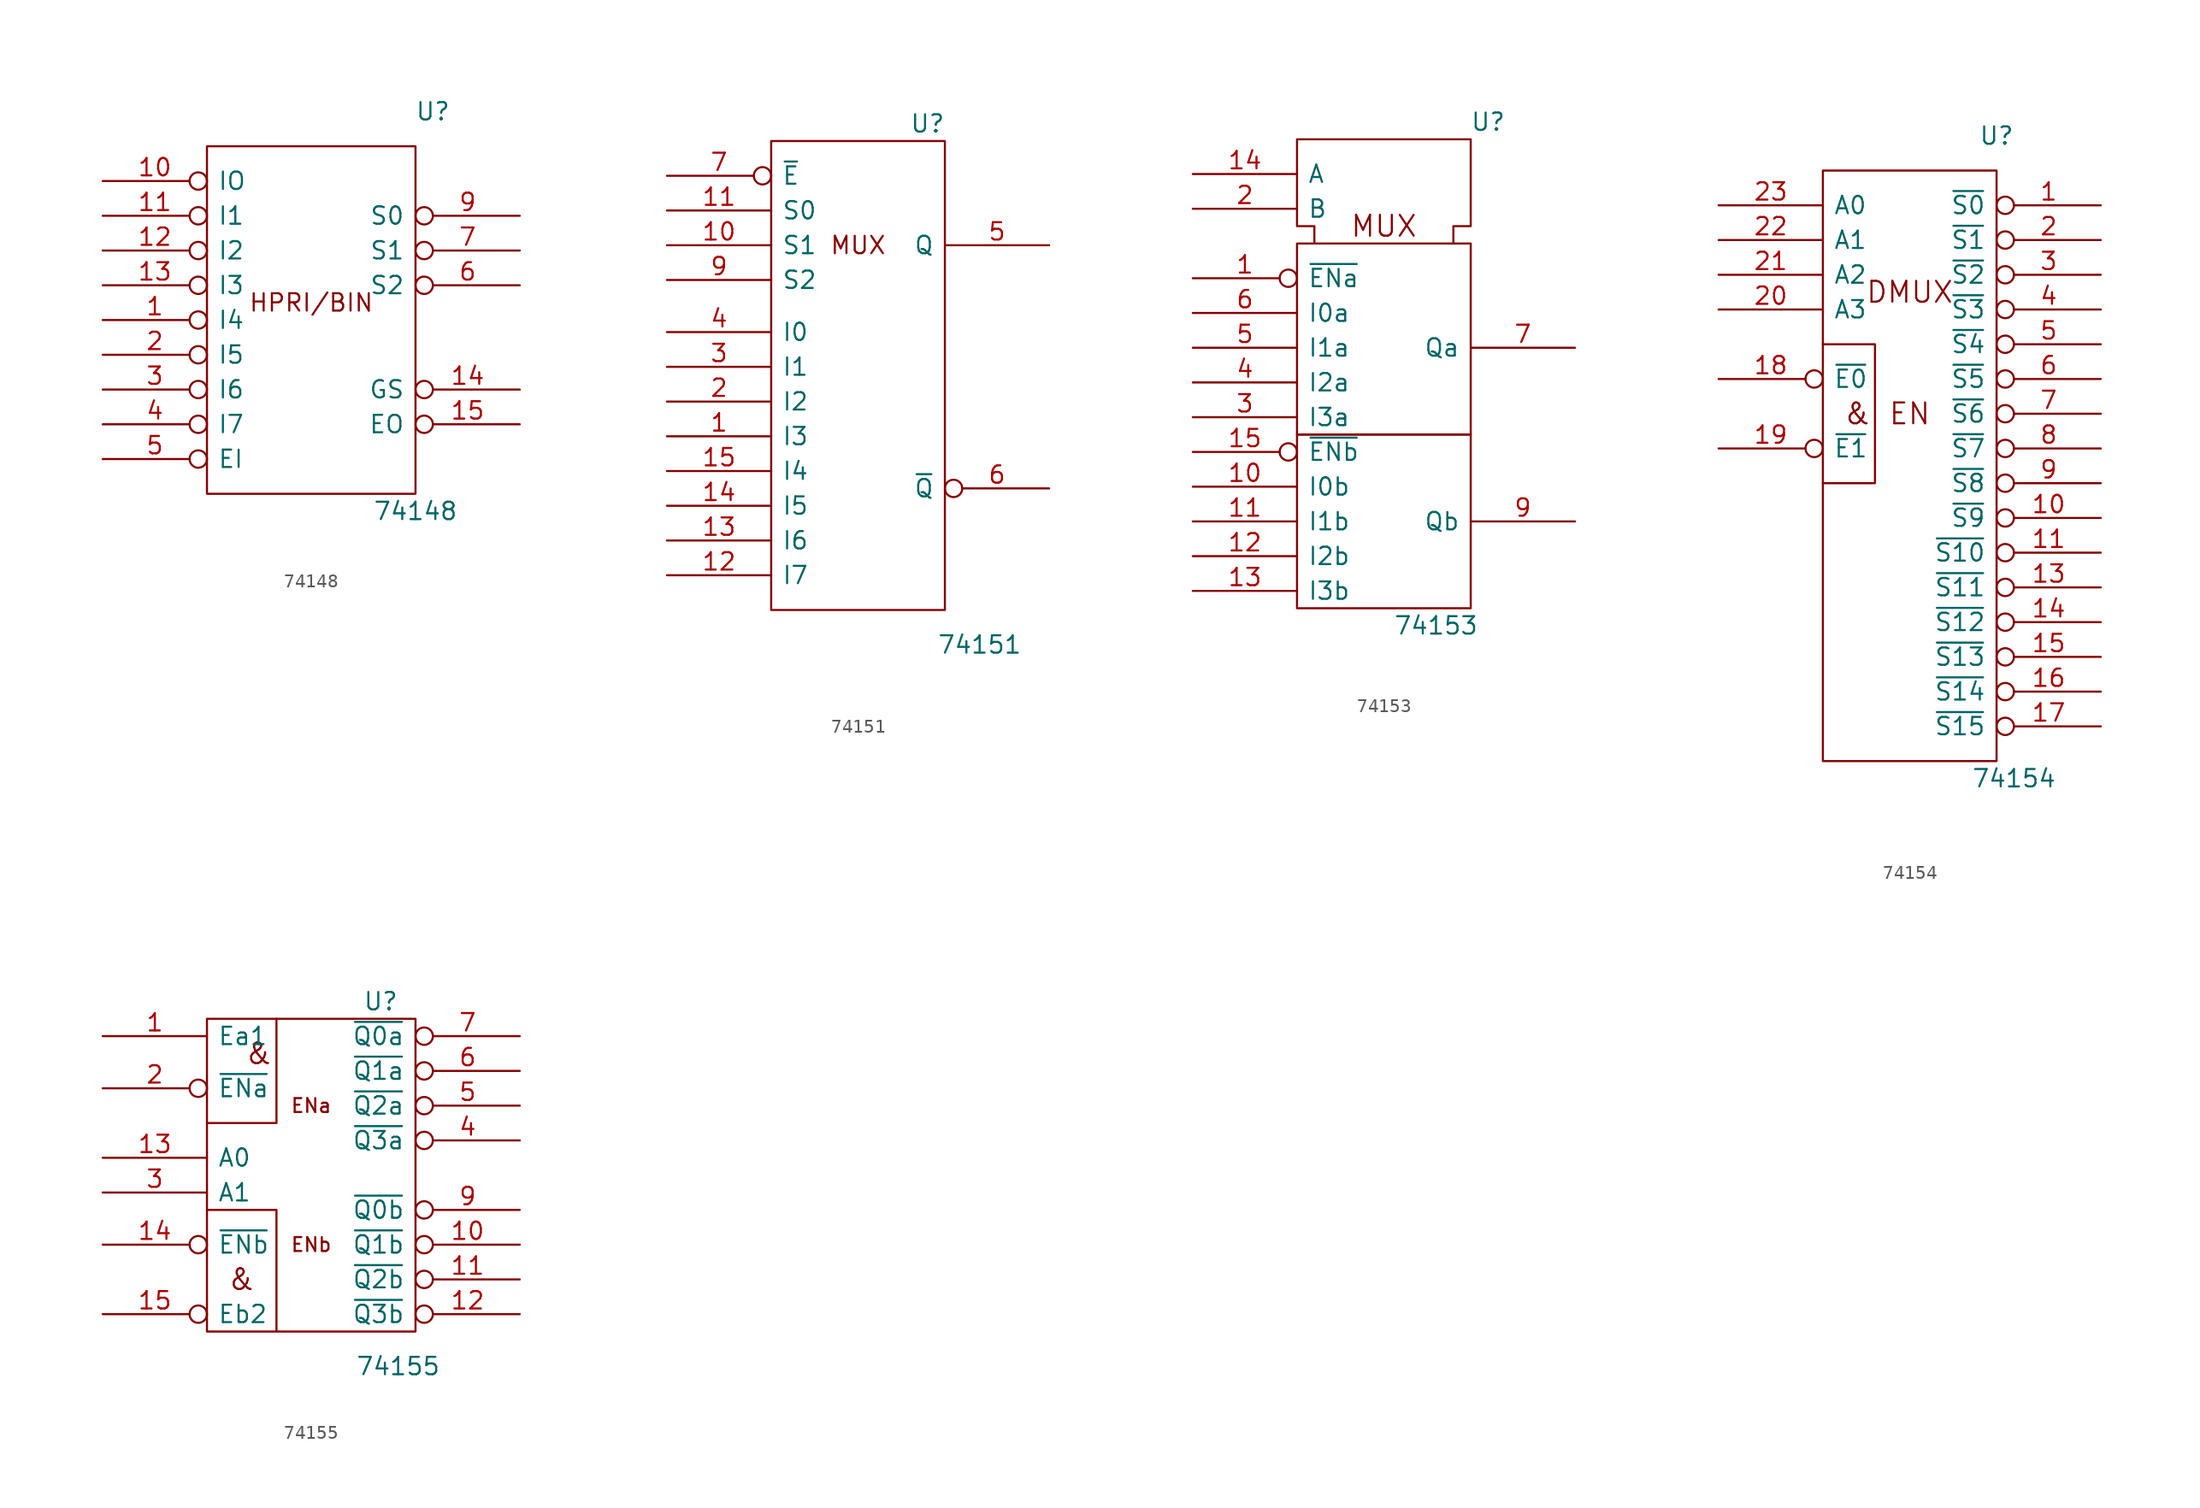
<source format=kicad_sym>
(kicad_symbol_lib
  (version 20231120)
  (generator "kicad_symbol_editor")
  (generator_version "8.0")
  (symbol "74148"
    (pin_names
      (offset 0.762))
    (property "Reference" "U"
      (at 8.89 15.24 0)
      (effects (font (size 1.27 1.27))))
    (property "Value" "74148"
      (at 7.62 -13.97 0)
      (effects (font (size 1.27 1.27))))
    (symbol "74148_0_0"
      (rectangle (start -7.62 12.7) (end 7.62 -12.7) (stroke (width 0) (type default)) (fill (type none)))
      (text "HPRI/BIN" (at 0 1.27 0) (effects (font (size 1.27 1.27))))
      (pin power_in line (at 0 12.7 270) (length 0) hide (name "VCC" (effects (font (size 1.27 1.27)))) (number "16" (effects (font (size 1.27 1.27)))))
      (pin power_in line (at 0 -12.7 90) (length 0) hide (name "GND" (effects (font (size 1.27 1.27)))) (number "8" (effects (font (size 1.27 1.27))))))
    (symbol "74148_1_1"
      (pin input inverted (at -15.24 0 0) (length 7.62) (name "I4" (effects (font (size 1.27 1.27)))) (number "1" (effects (font (size 1.27 1.27)))))
      (pin input inverted (at -15.24 10.16 0) (length 7.62) (name "IO" (effects (font (size 1.27 1.27)))) (number "10" (effects (font (size 1.27 1.27)))))
      (pin input inverted (at -15.24 7.62 0) (length 7.62) (name "I1" (effects (font (size 1.27 1.27)))) (number "11" (effects (font (size 1.27 1.27)))))
      (pin input inverted (at -15.24 5.08 0) (length 7.62) (name "I2" (effects (font (size 1.27 1.27)))) (number "12" (effects (font (size 1.27 1.27)))))
      (pin input inverted (at -15.24 2.54 0) (length 7.62) (name "I3" (effects (font (size 1.27 1.27)))) (number "13" (effects (font (size 1.27 1.27)))))
      (pin output inverted (at 15.24 -5.08 180) (length 7.62) (name "GS" (effects (font (size 1.27 1.27)))) (number "14" (effects (font (size 1.27 1.27)))))
      (pin output inverted (at 15.24 -7.62 180) (length 7.62) (name "EO" (effects (font (size 1.27 1.27)))) (number "15" (effects (font (size 1.27 1.27)))))
      (pin input inverted (at -15.24 -2.54 0) (length 7.62) (name "I5" (effects (font (size 1.27 1.27)))) (number "2" (effects (font (size 1.27 1.27)))))
      (pin input inverted (at -15.24 -5.08 0) (length 7.62) (name "I6" (effects (font (size 1.27 1.27)))) (number "3" (effects (font (size 1.27 1.27)))))
      (pin input inverted (at -15.24 -7.62 0) (length 7.62) (name "I7" (effects (font (size 1.27 1.27)))) (number "4" (effects (font (size 1.27 1.27)))))
      (pin input inverted (at -15.24 -10.16 0) (length 7.62) (name "EI" (effects (font (size 1.27 1.27)))) (number "5" (effects (font (size 1.27 1.27)))))
      (pin output inverted (at 15.24 2.54 180) (length 7.62) (name "S2" (effects (font (size 1.27 1.27)))) (number "6" (effects (font (size 1.27 1.27)))))
      (pin output inverted (at 15.24 5.08 180) (length 7.62) (name "S1" (effects (font (size 1.27 1.27)))) (number "7" (effects (font (size 1.27 1.27)))))
      (pin output inverted (at 15.24 7.62 180) (length 7.62) (name "S0" (effects (font (size 1.27 1.27)))) (number "9" (effects (font (size 1.27 1.27)))))))
  (symbol "74151"
    (pin_names
      (offset 0.762))
    (property "Reference" "U"
      (at 5.08 17.78 0)
      (effects (font (size 1.27 1.27))))
    (property "Value" "74151"
      (at 8.89 -20.32 0)
      (effects (font (size 1.27 1.27))))
    (symbol "74151_0_0"
      (rectangle (start -6.35 16.51) (end 6.35 -17.78) (stroke (width 0) (type default)) (fill (type none)))
      (text "MUX" (at 0 8.89 0) (effects (font (size 1.27 1.27))))
      (pin power_in line (at 0 16.51 270) (length 0) hide (name "VCC" (effects (font (size 1.27 1.27)))) (number "16" (effects (font (size 1.27 1.27)))))
      (pin power_in line (at 0 -17.78 90) (length 0) hide (name "GND" (effects (font (size 1.27 1.27)))) (number "8" (effects (font (size 1.27 1.27))))))
    (symbol "74151_1_1"
      (pin input line (at -13.97 -5.08 0) (length 7.62) (name "I3" (effects (font (size 1.27 1.27)))) (number "1" (effects (font (size 1.27 1.27)))))
      (pin input line (at -13.97 8.89 0) (length 7.62) (name "S1" (effects (font (size 1.27 1.27)))) (number "10" (effects (font (size 1.27 1.27)))))
      (pin input line (at -13.97 11.43 0) (length 7.62) (name "S0" (effects (font (size 1.27 1.27)))) (number "11" (effects (font (size 1.27 1.27)))))
      (pin input line (at -13.97 -15.24 0) (length 7.62) (name "I7" (effects (font (size 1.27 1.27)))) (number "12" (effects (font (size 1.27 1.27)))))
      (pin input line (at -13.97 -12.7 0) (length 7.62) (name "I6" (effects (font (size 1.27 1.27)))) (number "13" (effects (font (size 1.27 1.27)))))
      (pin input line (at -13.97 -10.16 0) (length 7.62) (name "I5" (effects (font (size 1.27 1.27)))) (number "14" (effects (font (size 1.27 1.27)))))
      (pin input line (at -13.97 -7.62 0) (length 7.62) (name "I4" (effects (font (size 1.27 1.27)))) (number "15" (effects (font (size 1.27 1.27)))))
      (pin input line (at -13.97 -2.54 0) (length 7.62) (name "I2" (effects (font (size 1.27 1.27)))) (number "2" (effects (font (size 1.27 1.27)))))
      (pin input line (at -13.97 0 0) (length 7.62) (name "I1" (effects (font (size 1.27 1.27)))) (number "3" (effects (font (size 1.27 1.27)))))
      (pin input line (at -13.97 2.54 0) (length 7.62) (name "I0" (effects (font (size 1.27 1.27)))) (number "4" (effects (font (size 1.27 1.27)))))
      (pin output line (at 13.97 8.89 180) (length 7.62) (name "Q" (effects (font (size 1.27 1.27)))) (number "5" (effects (font (size 1.27 1.27)))))
      (pin output inverted (at 13.97 -8.89 180) (length 7.62) (name "~{Q}" (effects (font (size 1.27 1.27)))) (number "6" (effects (font (size 1.27 1.27)))))
      (pin input inverted (at -13.97 13.97 0) (length 7.62) (name "~{E}" (effects (font (size 1.27 1.27)))) (number "7" (effects (font (size 1.27 1.27)))))
      (pin input line (at -13.97 6.35 0) (length 7.62) (name "S2" (effects (font (size 1.27 1.27)))) (number "9" (effects (font (size 1.27 1.27)))))))
  (symbol "74153"
    (pin_names
      (offset 0.762))
    (property "Reference" "U"
      (at 7.62 20.32 0)
      (effects (font (size 1.27 1.27))))
    (property "Value" "74153"
      (at 3.81 -16.51 0)
      (effects (font (size 1.27 1.27))))
    (symbol "74153_0_0"
      (rectangle (start -6.35 -2.54) (end 6.35 -15.24) (stroke (width 0) (type default)) (fill (type none)))
      (rectangle (start -6.35 11.43) (end 6.35 -2.54) (stroke (width 0) (type default)) (fill (type none)))
      (polyline (pts (xy -5.08 11.43) (xy -5.08 12.7) (xy -6.35 12.7) (xy -6.35 19.05) (xy 6.35 19.05) (xy 6.35 12.7) (xy 5.08 12.7) (xy 5.08 11.43) (xy 5.08 11.43)) (stroke (width 0) (type default)) (fill (type none)))
      (text "MUX" (at 0 12.7 0) (effects (font (size 1.524 1.524))))
      (pin power_in line (at 5.08 19.05 270) (length 0) hide (name "VCC" (effects (font (size 1.27 1.27)))) (number "16" (effects (font (size 1.27 1.27)))))
      (pin power_in line (at 0 19.05 270) (length 0) hide (name "GND" (effects (font (size 1.27 1.27)))) (number "8" (effects (font (size 1.27 1.27))))))
    (symbol "74153_1_1"
      (pin input inverted (at -13.97 8.89 0) (length 7.62) (name "~{ENa}" (effects (font (size 1.27 1.27)))) (number "1" (effects (font (size 1.27 1.27)))))
      (pin input line (at -13.97 -6.35 0) (length 7.62) (name "I0b" (effects (font (size 1.27 1.27)))) (number "10" (effects (font (size 1.27 1.27)))))
      (pin input line (at -13.97 -8.89 0) (length 7.62) (name "I1b" (effects (font (size 1.27 1.27)))) (number "11" (effects (font (size 1.27 1.27)))))
      (pin input line (at -13.97 -11.43 0) (length 7.62) (name "I2b" (effects (font (size 1.27 1.27)))) (number "12" (effects (font (size 1.27 1.27)))))
      (pin input line (at -13.97 -13.97 0) (length 7.62) (name "I3b" (effects (font (size 1.27 1.27)))) (number "13" (effects (font (size 1.27 1.27)))))
      (pin input line (at -13.97 16.51 0) (length 7.62) (name "A" (effects (font (size 1.27 1.27)))) (number "14" (effects (font (size 1.27 1.27)))))
      (pin input inverted (at -13.97 -3.81 0) (length 7.62) (name "~{ENb}" (effects (font (size 1.27 1.27)))) (number "15" (effects (font (size 1.27 1.27)))))
      (pin input line (at -13.97 13.97 0) (length 7.62) (name "B" (effects (font (size 1.27 1.27)))) (number "2" (effects (font (size 1.27 1.27)))))
      (pin input line (at -13.97 -1.27 0) (length 7.62) (name "I3a" (effects (font (size 1.27 1.27)))) (number "3" (effects (font (size 1.27 1.27)))))
      (pin input line (at -13.97 1.27 0) (length 7.62) (name "I2a" (effects (font (size 1.27 1.27)))) (number "4" (effects (font (size 1.27 1.27)))))
      (pin input line (at -13.97 3.81 0) (length 7.62) (name "I1a" (effects (font (size 1.27 1.27)))) (number "5" (effects (font (size 1.27 1.27)))))
      (pin input line (at -13.97 6.35 0) (length 7.62) (name "I0a" (effects (font (size 1.27 1.27)))) (number "6" (effects (font (size 1.27 1.27)))))
      (pin output line (at 13.97 3.81 180) (length 7.62) (name "Qa" (effects (font (size 1.27 1.27)))) (number "7" (effects (font (size 1.27 1.27)))))
      (pin output line (at 13.97 -8.89 180) (length 7.62) (name "Qb" (effects (font (size 1.27 1.27)))) (number "9" (effects (font (size 1.27 1.27)))))))
  (symbol "74154"
    (pin_names
      (offset 0.762))
    (property "Reference" "U"
      (at 6.35 25.4 0)
      (effects (font (size 1.27 1.27))))
    (property "Value" "74154"
      (at 7.62 -21.59 0)
      (effects (font (size 1.27 1.27))))
    (symbol "74154_0_0"
      (rectangle (start -6.35 22.86) (end 6.35 -20.32) (stroke (width 0) (type default)) (fill (type none)))
      (polyline (pts (xy -6.35 10.16) (xy -2.54 10.16) (xy -2.54 0) (xy -6.35 0) (xy -6.35 0)) (stroke (width 0) (type default)) (fill (type none)))
      (text "&" (at -3.81 5.08 0) (effects (font (size 1.524 1.524))))
      (text "DMUX" (at 0 13.97 0) (effects (font (size 1.524 1.524))))
      (text "EN" (at 0 5.08 0) (effects (font (size 1.524 1.524))))
      (pin power_in line (at 0 -20.32 90) (length 0) hide (name "GND" (effects (font (size 1.27 1.27)))) (number "12" (effects (font (size 1.27 1.27)))))
      (pin power_in line (at 0 22.86 270) (length 0) hide (name "VCC" (effects (font (size 1.27 1.27)))) (number "24" (effects (font (size 1.27 1.27))))))
    (symbol "74154_1_1"
      (pin output inverted (at 13.97 20.32 180) (length 7.62) (name "~{S0}" (effects (font (size 1.27 1.27)))) (number "1" (effects (font (size 1.27 1.27)))))
      (pin output inverted (at 13.97 -2.54 180) (length 7.62) (name "~{S9}" (effects (font (size 1.27 1.27)))) (number "10" (effects (font (size 1.27 1.27)))))
      (pin output inverted (at 13.97 -5.08 180) (length 7.62) (name "~{S10}" (effects (font (size 1.27 1.27)))) (number "11" (effects (font (size 1.27 1.27)))))
      (pin output inverted (at 13.97 -7.62 180) (length 7.62) (name "~{S11}" (effects (font (size 1.27 1.27)))) (number "13" (effects (font (size 1.27 1.27)))))
      (pin output inverted (at 13.97 -10.16 180) (length 7.62) (name "~{S12}" (effects (font (size 1.27 1.27)))) (number "14" (effects (font (size 1.27 1.27)))))
      (pin input inverted (at 13.97 -12.7 180) (length 7.62) (name "~{S13}" (effects (font (size 1.27 1.27)))) (number "15" (effects (font (size 1.27 1.27)))))
      (pin output inverted (at 13.97 -15.24 180) (length 7.62) (name "~{S14}" (effects (font (size 1.27 1.27)))) (number "16" (effects (font (size 1.27 1.27)))))
      (pin output inverted (at 13.97 -17.78 180) (length 7.62) (name "~{S15}" (effects (font (size 1.27 1.27)))) (number "17" (effects (font (size 1.27 1.27)))))
      (pin input inverted (at -13.97 7.62 0) (length 7.62) (name "~{E0}" (effects (font (size 1.27 1.27)))) (number "18" (effects (font (size 1.27 1.27)))))
      (pin input inverted (at -13.97 2.54 0) (length 7.62) (name "~{E1}" (effects (font (size 1.27 1.27)))) (number "19" (effects (font (size 1.27 1.27)))))
      (pin output inverted (at 13.97 17.78 180) (length 7.62) (name "~{S1}" (effects (font (size 1.27 1.27)))) (number "2" (effects (font (size 1.27 1.27)))))
      (pin input line (at -13.97 12.7 0) (length 7.62) (name "A3" (effects (font (size 1.27 1.27)))) (number "20" (effects (font (size 1.27 1.27)))))
      (pin input line (at -13.97 15.24 0) (length 7.62) (name "A2" (effects (font (size 1.27 1.27)))) (number "21" (effects (font (size 1.27 1.27)))))
      (pin input line (at -13.97 17.78 0) (length 7.62) (name "A1" (effects (font (size 1.27 1.27)))) (number "22" (effects (font (size 1.27 1.27)))))
      (pin input line (at -13.97 20.32 0) (length 7.62) (name "A0" (effects (font (size 1.27 1.27)))) (number "23" (effects (font (size 1.27 1.27)))))
      (pin output inverted (at 13.97 15.24 180) (length 7.62) (name "~{S2}" (effects (font (size 1.27 1.27)))) (number "3" (effects (font (size 1.27 1.27)))))
      (pin output inverted (at 13.97 12.7 180) (length 7.62) (name "~{S3}" (effects (font (size 1.27 1.27)))) (number "4" (effects (font (size 1.27 1.27)))))
      (pin output inverted (at 13.97 10.16 180) (length 7.62) (name "~{S4}" (effects (font (size 1.27 1.27)))) (number "5" (effects (font (size 1.27 1.27)))))
      (pin output inverted (at 13.97 7.62 180) (length 7.62) (name "~{S5}" (effects (font (size 1.27 1.27)))) (number "6" (effects (font (size 1.27 1.27)))))
      (pin output inverted (at 13.97 5.08 180) (length 7.62) (name "~{S6}" (effects (font (size 1.27 1.27)))) (number "7" (effects (font (size 1.27 1.27)))))
      (pin output inverted (at 13.97 2.54 180) (length 7.62) (name "~{S7}" (effects (font (size 1.27 1.27)))) (number "8" (effects (font (size 1.27 1.27)))))
      (pin output inverted (at 13.97 0 180) (length 7.62) (name "~{S8}" (effects (font (size 1.27 1.27)))) (number "9" (effects (font (size 1.27 1.27)))))))
  (symbol "74155"
    (pin_names
      (offset 0.762))
    (property "Reference" "U"
      (at 5.08 12.7 0)
      (effects (font (size 1.27 1.27))))
    (property "Value" "74155"
      (at 6.35 -13.97 0)
      (effects (font (size 1.27 1.27))))
    (symbol "74155_0_0"
      (rectangle (start -7.62 11.43) (end 7.62 -11.43) (stroke (width 0) (type default)) (fill (type none)))
      (polyline (pts (xy -7.62 -2.54) (xy -2.54 -2.54) (xy -2.54 -11.43) (xy -2.54 -11.43)) (stroke (width 0) (type default)) (fill (type none)))
      (polyline (pts (xy -7.62 3.81) (xy -2.54 3.81) (xy -2.54 11.43) (xy -2.54 11.43)) (stroke (width 0) (type default)) (fill (type none)))
      (text "&" (at -5.08 -7.62 0) (effects (font (size 1.524 1.524))))
      (text "&" (at -3.81 8.89 0) (effects (font (size 1.524 1.524))))
      (text "ENa" (at 0 5.08 0) (effects (font (size 1.016 1.016))))
      (text "ENb" (at 0 -5.08 0) (effects (font (size 1.016 1.016))))
      (pin power_in line (at 0 11.43 270) (length 0) hide (name "VCC" (effects (font (size 1.27 1.27)))) (number "16" (effects (font (size 1.27 1.27)))))
      (pin power_in line (at 0 -11.43 90) (length 0) hide (name "GND" (effects (font (size 1.27 1.27)))) (number "8" (effects (font (size 1.27 1.27))))))
    (symbol "74155_1_1"
      (pin input line (at -15.24 10.16 0) (length 7.62) (name "Ea1" (effects (font (size 1.27 1.27)))) (number "1" (effects (font (size 1.27 1.27)))))
      (pin output inverted (at 15.24 -5.08 180) (length 7.62) (name "~{Q1b}" (effects (font (size 1.27 1.27)))) (number "10" (effects (font (size 1.27 1.27)))))
      (pin output inverted (at 15.24 -7.62 180) (length 7.62) (name "~{Q2b}" (effects (font (size 1.27 1.27)))) (number "11" (effects (font (size 1.27 1.27)))))
      (pin output inverted (at 15.24 -10.16 180) (length 7.62) (name "~{Q3b}" (effects (font (size 1.27 1.27)))) (number "12" (effects (font (size 1.27 1.27)))))
      (pin input line (at -15.24 1.27 0) (length 7.62) (name "A0" (effects (font (size 1.27 1.27)))) (number "13" (effects (font (size 1.27 1.27)))))
      (pin input inverted (at -15.24 -5.08 0) (length 7.62) (name "~{ENb}" (effects (font (size 1.27 1.27)))) (number "14" (effects (font (size 1.27 1.27)))))
      (pin input inverted (at -15.24 -10.16 0) (length 7.62) (name "Eb2" (effects (font (size 1.27 1.27)))) (number "15" (effects (font (size 1.27 1.27)))))
      (pin input inverted (at -15.24 6.35 0) (length 7.62) (name "~{ENa}" (effects (font (size 1.27 1.27)))) (number "2" (effects (font (size 1.27 1.27)))))
      (pin input line (at -15.24 -1.27 0) (length 7.62) (name "A1" (effects (font (size 1.27 1.27)))) (number "3" (effects (font (size 1.27 1.27)))))
      (pin output inverted (at 15.24 2.54 180) (length 7.62) (name "~{Q3a}" (effects (font (size 1.27 1.27)))) (number "4" (effects (font (size 1.27 1.27)))))
      (pin output inverted (at 15.24 5.08 180) (length 7.62) (name "~{Q2a}" (effects (font (size 1.27 1.27)))) (number "5" (effects (font (size 1.27 1.27)))))
      (pin output inverted (at 15.24 7.62 180) (length 7.62) (name "~{Q1a}" (effects (font (size 1.27 1.27)))) (number "6" (effects (font (size 1.27 1.27)))))
      (pin output inverted (at 15.24 10.16 180) (length 7.62) (name "~{Q0a}" (effects (font (size 1.27 1.27)))) (number "7" (effects (font (size 1.27 1.27)))))
      (pin output inverted (at 15.24 -2.54 180) (length 7.62) (name "~{Q0b}" (effects (font (size 1.27 1.27)))) (number "9" (effects (font (size 1.27 1.27))))))))
</source>
